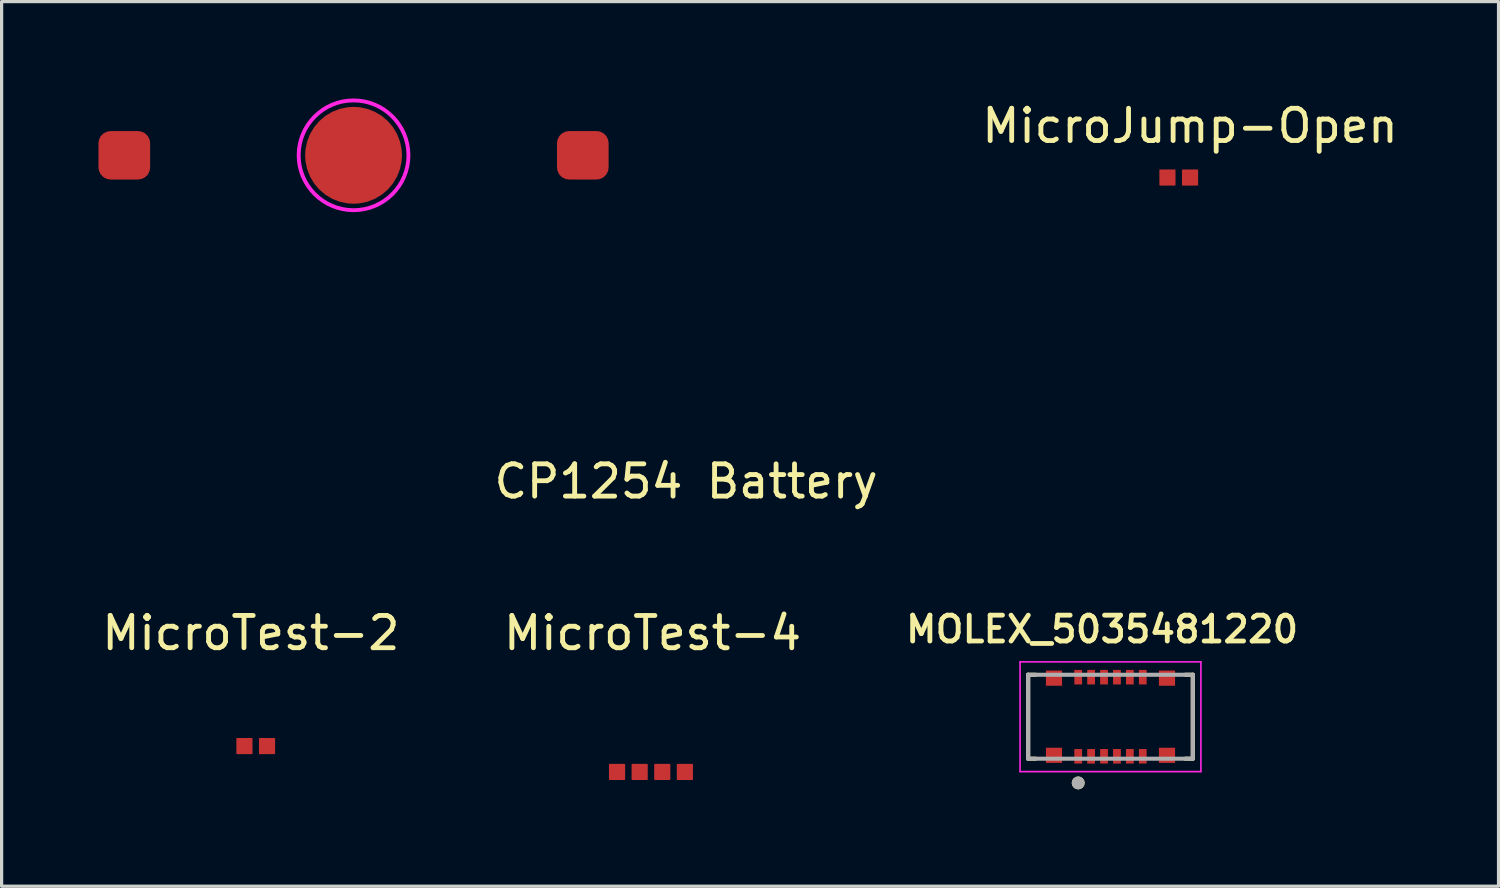
<source format=kicad_pcb>
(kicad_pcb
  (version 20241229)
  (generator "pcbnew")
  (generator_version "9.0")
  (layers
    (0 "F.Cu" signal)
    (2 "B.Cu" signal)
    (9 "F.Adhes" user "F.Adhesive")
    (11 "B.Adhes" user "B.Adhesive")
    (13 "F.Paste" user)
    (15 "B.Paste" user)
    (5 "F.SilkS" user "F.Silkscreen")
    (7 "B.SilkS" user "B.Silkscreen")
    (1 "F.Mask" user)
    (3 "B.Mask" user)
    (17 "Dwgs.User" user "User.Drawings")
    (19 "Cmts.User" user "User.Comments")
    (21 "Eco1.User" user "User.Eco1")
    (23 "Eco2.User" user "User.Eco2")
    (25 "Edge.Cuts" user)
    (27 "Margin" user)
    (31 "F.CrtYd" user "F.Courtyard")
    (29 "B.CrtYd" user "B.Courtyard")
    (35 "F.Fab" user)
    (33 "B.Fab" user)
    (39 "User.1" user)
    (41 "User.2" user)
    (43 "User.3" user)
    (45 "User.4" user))
  (footprint "CP1254 Battery"
    (layer "F.Cu")
    (at 7.9 1.76)
    (property "Reference" "CP1254 Battery" (at 10.3 10.1 0) (unlocked yes) (layer "F.SilkS") (effects (font (size 1 1) (thickness 0.15))))
    (attr smd)
    (fp_circle (center 0 0) (end 1.7 0) (stroke (width 0.12) (type solid)) (fill no) (layer "F.CrtYd"))
    (pad "1" smd roundrect (at -7.1 0) (size 1.6 1.5) (layers "F.Cu" "F.Mask" "F.Paste") (roundrect_rratio 0.25))
    (pad "1" smd roundrect (at 7.1 0) (size 1.6 1.5) (layers "F.Cu" "F.Mask" "F.Paste") (roundrect_rratio 0.25))
    (pad "2" smd roundrect (at 0 0) (size 3 3) (layers "F.Cu" "F.Mask" "F.Paste") (roundrect_rratio 0.5)))
  (footprint "MicroJump-Open"
    (layer "F.Cu")
    (at 33.407 2.448)
    (property "Reference" "MicroJump-Open" (at 0.4 -1.6 0) (unlocked yes) (layer "F.SilkS") (effects (font (size 1 1) (thickness 0.15))))
    (attr smd)
    (pad "1" smd roundrect (at -0.3 0) (size 0.5 0.5) (layers "F.Cu" "F.Mask" "F.Paste") (roundrect_rratio 0.05))
    (pad "2" smd roundrect (at 0.4 0) (size 0.5 0.5) (layers "F.Cu" "F.Mask" "F.Paste") (roundrect_rratio 0.05)))
  (footprint "MicroTest-4"
    (layer "F.Cu")
    (at 17.161 20.857)
    (property "Reference" "MicroTest-4" (at 0 -4.3 0) (unlocked yes) (layer "F.SilkS") (effects (font (size 1 1) (thickness 0.15))))
    (attr smd)
    (pad "1" smd roundrect (at -1.1 0) (size 0.5 0.5) (layers "F.Cu" "F.Mask" "F.Paste") (roundrect_rratio 0.05))
    (pad "2" smd roundrect (at -0.4 0) (size 0.5 0.5) (layers "F.Cu" "F.Mask" "F.Paste") (roundrect_rratio 0.05))
    (pad "3" smd roundrect (at 0.3 0) (size 0.5 0.5) (layers "F.Cu" "F.Mask" "F.Paste") (roundrect_rratio 0.05))
    (pad "4" smd roundrect (at 1 0) (size 0.5 0.5) (layers "F.Cu" "F.Mask" "F.Paste") (roundrect_rratio 0.05)))
  (footprint "MicroTest-2"
    (layer "F.Cu")
    (at 4.82 20.056)
    (property "Reference" "MicroTest-2" (at -0.1 -3.5 0) (unlocked yes) (layer "F.SilkS") (effects (font (size 1 1) (thickness 0.15))))
    (attr smd)
    (pad "1" smd roundrect (at -0.3 0) (size 0.5 0.5) (layers "F.Cu" "F.Mask" "F.Paste") (roundrect_rratio 0.05))
    (pad "2" smd roundrect (at 0.4 0) (size 0.5 0.5) (layers "F.Cu" "F.Mask" "F.Paste") (roundrect_rratio 0.05)))
  (footprint "MOLEX_5035481220"
    (layer "F.Cu")
    (at 31.343 19.148)
    (property "Reference" "MOLEX_5035481220" (at -0.26 -2.708 0) (layer "F.SilkS") (effects (font (size 0.8 0.8) (thickness 0.15))))
    (attr smd)
    (fp_line (start -2.55 -1.3) (end -2.32 -1.3) (stroke (width 0.127) (type solid)) (layer "F.SilkS"))
    (fp_line (start -2.55 1.3) (end -2.55 -1.3) (stroke (width 0.127) (type solid)) (layer "F.SilkS"))
    (fp_line (start -2.32 1.3) (end -2.55 1.3) (stroke (width 0.127) (type solid)) (layer "F.SilkS"))
    (fp_line (start 2.32 -1.3) (end 2.55 -1.3) (stroke (width 0.127) (type solid)) (layer "F.SilkS"))
    (fp_line (start 2.55 -1.3) (end 2.55 1.3) (stroke (width 0.127) (type solid)) (layer "F.SilkS"))
    (fp_line (start 2.55 1.3) (end 2.32 1.3) (stroke (width 0.127) (type solid)) (layer "F.SilkS"))
    (fp_circle (center -1 2.05) (end -0.9 2.05) (stroke (width 0.2) (type solid)) (fill no) (layer "F.SilkS"))
    (fp_line (start -2.8 -1.7) (end -2.8 1.7) (stroke (width 0.05) (type solid)) (layer "F.CrtYd"))
    (fp_line (start -2.8 1.7) (end 2.8 1.7) (stroke (width 0.05) (type solid)) (layer "F.CrtYd"))
    (fp_line (start 2.8 -1.7) (end -2.8 -1.7) (stroke (width 0.05) (type solid)) (layer "F.CrtYd"))
    (fp_line (start 2.8 1.7) (end 2.8 -1.7) (stroke (width 0.05) (type solid)) (layer "F.CrtYd"))
    (fp_line (start -2.55 -1.3) (end 2.55 -1.3) (stroke (width 0.127) (type solid)) (layer "F.Fab"))
    (fp_line (start -2.55 1.3) (end -2.55 -1.3) (stroke (width 0.127) (type solid)) (layer "F.Fab"))
    (fp_line (start 2.55 -1.3) (end 2.55 1.3) (stroke (width 0.127) (type solid)) (layer "F.Fab"))
    (fp_line (start 2.55 1.3) (end -2.55 1.3) (stroke (width 0.127) (type solid)) (layer "F.Fab"))
    (fp_circle (center -1 2.05) (end -0.9 2.05) (stroke (width 0.2) (type solid)) (fill no) (layer "F.Fab"))
    (pad "1" smd rect (at -1 1.225) (size 0.24 0.45) (layers "F.Cu" "F.Mask" "F.Paste"))
    (pad "2" smd rect (at -1 -1.225) (size 0.24 0.45) (layers "F.Cu" "F.Mask" "F.Paste"))
    (pad "3" smd rect (at -0.6 1.225) (size 0.24 0.45) (layers "F.Cu" "F.Mask" "F.Paste"))
    (pad "4" smd rect (at -0.6 -1.225) (size 0.24 0.45) (layers "F.Cu" "F.Mask" "F.Paste"))
    (pad "5" smd rect (at -0.2 1.225) (size 0.24 0.45) (layers "F.Cu" "F.Mask" "F.Paste"))
    (pad "6" smd rect (at -0.2 -1.225) (size 0.24 0.45) (layers "F.Cu" "F.Mask" "F.Paste"))
    (pad "7" smd rect (at 0.2 1.225) (size 0.24 0.45) (layers "F.Cu" "F.Mask" "F.Paste"))
    (pad "8" smd rect (at 0.2 -1.225) (size 0.24 0.45) (layers "F.Cu" "F.Mask" "F.Paste"))
    (pad "9" smd rect (at 0.6 1.225) (size 0.24 0.45) (layers "F.Cu" "F.Mask" "F.Paste"))
    (pad "10" smd rect (at 0.6 -1.225) (size 0.24 0.45) (layers "F.Cu" "F.Mask" "F.Paste"))
    (pad "11" smd rect (at 1 1.225) (size 0.24 0.45) (layers "F.Cu" "F.Mask" "F.Paste"))
    (pad "12" smd rect (at 1 -1.225) (size 0.24 0.45) (layers "F.Cu" "F.Mask" "F.Paste"))
    (pad "S1" smd rect (at -1.75 -1.195) (size 0.5 0.47) (layers "F.Cu" "F.Mask" "F.Paste"))
    (pad "S2" smd rect (at -1.75 1.195) (size 0.5 0.47) (layers "F.Cu" "F.Mask" "F.Paste"))
    (pad "S3" smd rect (at 1.75 1.195) (size 0.5 0.47) (layers "F.Cu" "F.Mask" "F.Paste"))
    (pad "S4" smd rect (at 1.75 -1.195) (size 0.5 0.47) (layers "F.Cu" "F.Mask" "F.Paste"))
    (zone (net_name "") (layer "F.Cu") (hatch full 0.508) (connect_pads) (min_thickness 0.01) (filled_areas_thickness no) (keepout (tracks not_allowed) (vias not_allowed) (pads not_allowed) (copperpour not_allowed) (footprints allowed)) (placement (enabled no)) (fill) (polygon (pts (xy 30.168 18.148) (xy 30.518 18.148) (xy 30.518 18.878) (xy 30.168 18.878))))
    (zone (net_name "") (layer "F.Cu") (hatch full 0.508) (connect_pads) (min_thickness 0.01) (filled_areas_thickness no) (keepout (tracks not_allowed) (vias not_allowed) (pads not_allowed) (copperpour not_allowed) (footprints allowed)) (placement (enabled no)) (fill) (polygon (pts (xy 30.168 19.418) (xy 30.518 19.418) (xy 30.518 20.148) (xy 30.168 20.148))))
    (zone (net_name "") (layer "F.Cu") (hatch full 0.508) (connect_pads) (min_thickness 0.01) (filled_areas_thickness no) (keepout (tracks not_allowed) (vias not_allowed) (pads not_allowed) (copperpour not_allowed) (footprints allowed)) (placement (enabled no)) (fill) (polygon (pts (xy 30.568 18.148) (xy 30.918 18.148) (xy 30.918 18.878) (xy 30.568 18.878))))
    (zone (net_name "") (layer "F.Cu") (hatch full 0.508) (connect_pads) (min_thickness 0.01) (filled_areas_thickness no) (keepout (tracks not_allowed) (vias not_allowed) (pads not_allowed) (copperpour not_allowed) (footprints allowed)) (placement (enabled no)) (fill) (polygon (pts (xy 30.568 19.418) (xy 30.918 19.418) (xy 30.918 20.148) (xy 30.568 20.148))))
    (zone (net_name "") (layer "F.Cu") (hatch full 0.508) (connect_pads) (min_thickness 0.01) (filled_areas_thickness no) (keepout (tracks not_allowed) (vias not_allowed) (pads not_allowed) (copperpour not_allowed) (footprints allowed)) (placement (enabled no)) (fill) (polygon (pts (xy 30.968 18.148) (xy 31.318 18.148) (xy 31.318 18.878) (xy 30.968 18.878))))
    (zone (net_name "") (layer "F.Cu") (hatch full 0.508) (connect_pads) (min_thickness 0.01) (filled_areas_thickness no) (keepout (tracks not_allowed) (vias not_allowed) (pads not_allowed) (copperpour not_allowed) (footprints allowed)) (placement (enabled no)) (fill) (polygon (pts (xy 30.968 19.418) (xy 31.318 19.418) (xy 31.318 20.148) (xy 30.968 20.148))))
    (zone (net_name "") (layer "F.Cu") (hatch full 0.508) (connect_pads) (min_thickness 0.01) (filled_areas_thickness no) (keepout (tracks not_allowed) (vias not_allowed) (pads not_allowed) (copperpour not_allowed) (footprints allowed)) (placement (enabled no)) (fill) (polygon (pts (xy 31.368 18.148) (xy 31.718 18.148) (xy 31.718 18.878) (xy 31.368 18.878))))
    (zone (net_name "") (layer "F.Cu") (hatch full 0.508) (connect_pads) (min_thickness 0.01) (filled_areas_thickness no) (keepout (tracks not_allowed) (vias not_allowed) (pads not_allowed) (copperpour not_allowed) (footprints allowed)) (placement (enabled no)) (fill) (polygon (pts (xy 31.368 19.418) (xy 31.718 19.418) (xy 31.718 20.148) (xy 31.368 20.148))))
    (zone (net_name "") (layer "F.Cu") (hatch full 0.508) (connect_pads) (min_thickness 0.01) (filled_areas_thickness no) (keepout (tracks not_allowed) (vias not_allowed) (pads not_allowed) (copperpour not_allowed) (footprints allowed)) (placement (enabled no)) (fill) (polygon (pts (xy 31.768 18.148) (xy 32.118 18.148) (xy 32.118 18.878) (xy 31.768 18.878))))
    (zone (net_name "") (layer "F.Cu") (hatch full 0.508) (connect_pads) (min_thickness 0.01) (filled_areas_thickness no) (keepout (tracks not_allowed) (vias not_allowed) (pads not_allowed) (copperpour not_allowed) (footprints allowed)) (placement (enabled no)) (fill) (polygon (pts (xy 31.768 19.418) (xy 32.118 19.418) (xy 32.118 20.148) (xy 31.768 20.148))))
    (zone (net_name "") (layer "F.Cu") (hatch full 0.508) (connect_pads) (min_thickness 0.01) (filled_areas_thickness no) (keepout (tracks not_allowed) (vias not_allowed) (pads not_allowed) (copperpour not_allowed) (footprints allowed)) (placement (enabled no)) (fill) (polygon (pts (xy 32.168 18.148) (xy 32.518 18.148) (xy 32.518 18.878) (xy 32.168 18.878))))
    (zone (net_name "") (layer "F.Cu") (hatch full 0.508) (connect_pads) (min_thickness 0.01) (filled_areas_thickness no) (keepout (tracks not_allowed) (vias not_allowed) (pads not_allowed) (copperpour not_allowed) (footprints allowed)) (placement (enabled no)) (fill) (polygon (pts (xy 32.168 19.418) (xy 32.518 19.418) (xy 32.518 20.148) (xy 32.168 20.148))))
    (zone (net_name "") (layers "F.Cu" "B.Cu") (hatch full 0.508) (connect_pads) (min_thickness 0.01) (filled_areas_thickness no) (keepout (tracks allowed) (vias not_allowed) (pads allowed) (copperpour allowed) (footprints allowed)) (placement (enabled no)) (fill) (polygon (pts (xy 30.168 18.148) (xy 30.518 18.148) (xy 30.518 18.878) (xy 30.168 18.878))))
    (zone (net_name "") (layers "F.Cu" "B.Cu") (hatch full 0.508) (connect_pads) (min_thickness 0.01) (filled_areas_thickness no) (keepout (tracks allowed) (vias not_allowed) (pads allowed) (copperpour allowed) (footprints allowed)) (placement (enabled no)) (fill) (polygon (pts (xy 30.168 19.418) (xy 30.518 19.418) (xy 30.518 20.148) (xy 30.168 20.148))))
    (zone (net_name "") (layers "F.Cu" "B.Cu") (hatch full 0.508) (connect_pads) (min_thickness 0.01) (filled_areas_thickness no) (keepout (tracks allowed) (vias not_allowed) (pads allowed) (copperpour allowed) (footprints allowed)) (placement (enabled no)) (fill) (polygon (pts (xy 30.568 18.148) (xy 30.918 18.148) (xy 30.918 18.878) (xy 30.568 18.878))))
    (zone (net_name "") (layers "F.Cu" "B.Cu") (hatch full 0.508) (connect_pads) (min_thickness 0.01) (filled_areas_thickness no) (keepout (tracks allowed) (vias not_allowed) (pads allowed) (copperpour allowed) (footprints allowed)) (placement (enabled no)) (fill) (polygon (pts (xy 30.568 19.418) (xy 30.918 19.418) (xy 30.918 20.148) (xy 30.568 20.148))))
    (zone (net_name "") (layers "F.Cu" "B.Cu") (hatch full 0.508) (connect_pads) (min_thickness 0.01) (filled_areas_thickness no) (keepout (tracks allowed) (vias not_allowed) (pads allowed) (copperpour allowed) (footprints allowed)) (placement (enabled no)) (fill) (polygon (pts (xy 30.968 18.148) (xy 31.318 18.148) (xy 31.318 18.878) (xy 30.968 18.878))))
    (zone (net_name "") (layers "F.Cu" "B.Cu") (hatch full 0.508) (connect_pads) (min_thickness 0.01) (filled_areas_thickness no) (keepout (tracks allowed) (vias not_allowed) (pads allowed) (copperpour allowed) (footprints allowed)) (placement (enabled no)) (fill) (polygon (pts (xy 30.968 19.418) (xy 31.318 19.418) (xy 31.318 20.148) (xy 30.968 20.148))))
    (zone (net_name "") (layers "F.Cu" "B.Cu") (hatch full 0.508) (connect_pads) (min_thickness 0.01) (filled_areas_thickness no) (keepout (tracks allowed) (vias not_allowed) (pads allowed) (copperpour allowed) (footprints allowed)) (placement (enabled no)) (fill) (polygon (pts (xy 31.368 18.148) (xy 31.718 18.148) (xy 31.718 18.878) (xy 31.368 18.878))))
    (zone (net_name "") (layers "F.Cu" "B.Cu") (hatch full 0.508) (connect_pads) (min_thickness 0.01) (filled_areas_thickness no) (keepout (tracks allowed) (vias not_allowed) (pads allowed) (copperpour allowed) (footprints allowed)) (placement (enabled no)) (fill) (polygon (pts (xy 31.368 19.418) (xy 31.718 19.418) (xy 31.718 20.148) (xy 31.368 20.148))))
    (zone (net_name "") (layers "F.Cu" "B.Cu") (hatch full 0.508) (connect_pads) (min_thickness 0.01) (filled_areas_thickness no) (keepout (tracks allowed) (vias not_allowed) (pads allowed) (copperpour allowed) (footprints allowed)) (placement (enabled no)) (fill) (polygon (pts (xy 31.768 18.148) (xy 32.118 18.148) (xy 32.118 18.878) (xy 31.768 18.878))))
    (zone (net_name "") (layers "F.Cu" "B.Cu") (hatch full 0.508) (connect_pads) (min_thickness 0.01) (filled_areas_thickness no) (keepout (tracks allowed) (vias not_allowed) (pads allowed) (copperpour allowed) (footprints allowed)) (placement (enabled no)) (fill) (polygon (pts (xy 31.768 19.418) (xy 32.118 19.418) (xy 32.118 20.148) (xy 31.768 20.148))))
    (zone (net_name "") (layers "F.Cu" "B.Cu") (hatch full 0.508) (connect_pads) (min_thickness 0.01) (filled_areas_thickness no) (keepout (tracks allowed) (vias not_allowed) (pads allowed) (copperpour allowed) (footprints allowed)) (placement (enabled no)) (fill) (polygon (pts (xy 32.168 18.148) (xy 32.518 18.148) (xy 32.518 18.878) (xy 32.168 18.878))))
    (zone (net_name "") (layers "F.Cu" "B.Cu") (hatch full 0.508) (connect_pads) (min_thickness 0.01) (filled_areas_thickness no) (keepout (tracks allowed) (vias not_allowed) (pads allowed) (copperpour allowed) (footprints allowed)) (placement (enabled no)) (fill) (polygon (pts (xy 32.168 19.418) (xy 32.518 19.418) (xy 32.518 20.148) (xy 32.168 20.148)))))
  (gr_rect
    (start -3 -3)
    (end 43.361 24.398)
    (stroke (width 0.1) (type default))
    (fill no)
    (layer "Edge.Cuts")))
</source>
